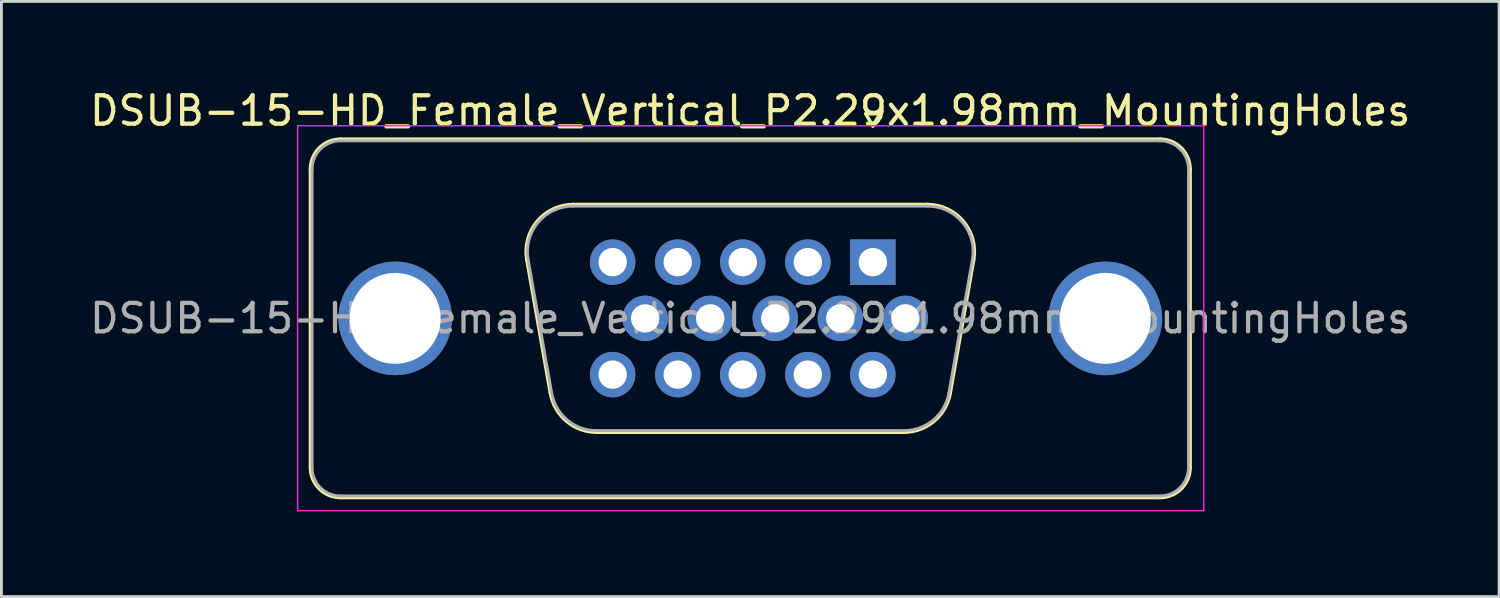
<source format=kicad_pcb>
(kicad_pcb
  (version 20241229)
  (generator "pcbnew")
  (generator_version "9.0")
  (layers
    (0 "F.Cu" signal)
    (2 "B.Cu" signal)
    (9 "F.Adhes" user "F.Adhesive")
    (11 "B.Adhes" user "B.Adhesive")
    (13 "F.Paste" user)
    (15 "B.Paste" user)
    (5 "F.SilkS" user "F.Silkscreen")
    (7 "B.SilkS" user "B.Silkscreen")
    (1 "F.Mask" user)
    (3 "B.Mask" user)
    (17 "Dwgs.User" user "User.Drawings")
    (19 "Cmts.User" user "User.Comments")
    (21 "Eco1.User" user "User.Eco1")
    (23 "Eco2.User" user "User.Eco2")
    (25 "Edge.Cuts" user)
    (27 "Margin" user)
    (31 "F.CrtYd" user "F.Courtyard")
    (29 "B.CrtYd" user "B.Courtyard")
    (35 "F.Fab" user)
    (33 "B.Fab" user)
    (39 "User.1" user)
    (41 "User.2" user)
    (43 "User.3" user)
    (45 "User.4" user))
  (footprint "DSUB-15-HD_Female_Vertical_P2.29x1.98mm_MountingHoles"
    (layer "F.Cu")
    (at 27.678 6.178)
    (property "Reference" "DSUB-15-HD_Female_Vertical_P2.29x1.98mm_MountingHoles" (at -4.315 -5.33 0) (layer "F.SilkS") (effects (font (size 1 1) (thickness 0.15))))
    (attr through_hole)
    (fp_line (start -19.8 7.23) (end -19.8 -3.27) (stroke (width 0.12) (type solid)) (layer "F.SilkS"))
    (fp_line (start -18.74 -4.33) (end 10.11 -4.33) (stroke (width 0.12) (type solid)) (layer "F.SilkS"))
    (fp_line (start -12.181 -0.082) (end -11.353 4.618) (stroke (width 0.12) (type solid)) (layer "F.SilkS"))
    (fp_line (start -10.547 -2.03) (end 1.917 -2.03) (stroke (width 0.12) (type solid)) (layer "F.SilkS"))
    (fp_line (start -9.718 5.99) (end 1.088 5.99) (stroke (width 0.12) (type solid)) (layer "F.SilkS"))
    (fp_line (start -0.25 -5.224) (end 0.25 -5.224) (stroke (width 0.12) (type solid)) (layer "F.SilkS"))
    (fp_line (start 0 -4.791) (end -0.25 -5.224) (stroke (width 0.12) (type solid)) (layer "F.SilkS"))
    (fp_line (start 0.25 -5.224) (end 0 -4.791) (stroke (width 0.12) (type solid)) (layer "F.SilkS"))
    (fp_line (start 3.551 -0.082) (end 2.723 4.618) (stroke (width 0.12) (type solid)) (layer "F.SilkS"))
    (fp_line (start 10.11 8.29) (end -18.74 8.29) (stroke (width 0.12) (type solid)) (layer "F.SilkS"))
    (fp_line (start 11.17 -3.27) (end 11.17 7.23) (stroke (width 0.12) (type solid)) (layer "F.SilkS"))
    (fp_arc (start -19.8 -3.27) (mid -19.489533 -4.019533) (end -18.74 -4.33) (stroke (width 0.12) (type solid)) (layer "F.SilkS"))
    (fp_arc (start -18.74 8.29) (mid -19.489533 7.979533) (end -19.8 7.23) (stroke (width 0.12) (type solid)) (layer "F.SilkS"))
    (fp_arc (start -12.18147 -0.081744) (mid -11.818323 -1.437028) (end -10.546689 -2.03) (stroke (width 0.12) (type solid)) (layer "F.SilkS"))
    (fp_arc (start -9.717952 5.99) (mid -10.784979 5.601634) (end -11.352733 4.618256) (stroke (width 0.12) (type solid)) (layer "F.SilkS"))
    (fp_arc (start 1.916689 -2.03) (mid 3.188323 -1.437027) (end 3.55147 -0.081744) (stroke (width 0.12) (type solid)) (layer "F.SilkS"))
    (fp_arc (start 2.722733 4.618256) (mid 2.15498 5.601634) (end 1.087952 5.99) (stroke (width 0.12) (type solid)) (layer "F.SilkS"))
    (fp_arc (start 10.11 -4.33) (mid 10.859533 -4.019533) (end 11.17 -3.27) (stroke (width 0.12) (type solid)) (layer "F.SilkS"))
    (fp_arc (start 11.17 7.23) (mid 10.859533 7.979533) (end 10.11 8.29) (stroke (width 0.12) (type solid)) (layer "F.SilkS"))
    (fp_line (start -20.25 -4.8) (end -20.25 8.75) (stroke (width 0.05) (type solid)) (layer "F.CrtYd"))
    (fp_line (start -20.25 8.75) (end 11.65 8.75) (stroke (width 0.05) (type solid)) (layer "F.CrtYd"))
    (fp_line (start 11.65 -4.8) (end -20.25 -4.8) (stroke (width 0.05) (type solid)) (layer "F.CrtYd"))
    (fp_line (start 11.65 8.75) (end 11.65 -4.8) (stroke (width 0.05) (type solid)) (layer "F.CrtYd"))
    (fp_line (start -19.74 7.23) (end -19.74 -3.27) (stroke (width 0.1) (type solid)) (layer "F.Fab"))
    (fp_line (start -18.74 -4.27) (end 10.11 -4.27) (stroke (width 0.1) (type solid)) (layer "F.Fab"))
    (fp_line (start -12.134 -0.092) (end -11.305 4.608) (stroke (width 0.1) (type solid)) (layer "F.Fab"))
    (fp_line (start -10.558 -1.97) (end 1.928 -1.97) (stroke (width 0.1) (type solid)) (layer "F.Fab"))
    (fp_line (start -9.729 5.93) (end 1.099 5.93) (stroke (width 0.1) (type solid)) (layer "F.Fab"))
    (fp_line (start 3.504 -0.092) (end 2.675 4.608) (stroke (width 0.1) (type solid)) (layer "F.Fab"))
    (fp_line (start 10.11 8.23) (end -18.74 8.23) (stroke (width 0.1) (type solid)) (layer "F.Fab"))
    (fp_line (start 11.11 -3.27) (end 11.11 7.23) (stroke (width 0.1) (type solid)) (layer "F.Fab"))
    (fp_arc (start -19.74 -3.27) (mid -19.447107 -3.977107) (end -18.74 -4.27) (stroke (width 0.1) (type solid)) (layer "F.Fab"))
    (fp_arc (start -18.74 8.23) (mid -19.447107 7.937107) (end -19.74 7.23) (stroke (width 0.1) (type solid)) (layer "F.Fab"))
    (fp_arc (start -12.133886 -0.092163) (mid -11.783865 -1.39846) (end -10.558194 -1.97) (stroke (width 0.1) (type solid)) (layer "F.Fab"))
    (fp_arc (start -9.729457 5.93) (mid -10.757917 5.555671) (end -11.305149 4.607837) (stroke (width 0.1) (type solid)) (layer "F.Fab"))
    (fp_arc (start 1.928194 -1.97) (mid 3.153865 -1.39846) (end 3.503886 -0.092163) (stroke (width 0.1) (type solid)) (layer "F.Fab"))
    (fp_arc (start 2.675149 4.607837) (mid 2.127917 5.555671) (end 1.099457 5.93) (stroke (width 0.1) (type solid)) (layer "F.Fab"))
    (fp_arc (start 10.11 -4.27) (mid 10.817107 -3.977107) (end 11.11 -3.27) (stroke (width 0.1) (type solid)) (layer "F.Fab"))
    (fp_arc (start 11.11 7.23) (mid 10.817107 7.937107) (end 10.11 8.23) (stroke (width 0.1) (type solid)) (layer "F.Fab"))
    (fp_text user "${REFERENCE}" (at -4.315 1.98 0) (layer "F.Fab") (effects (font (size 1 1) (thickness 0.15))))
    (pad "0" thru_hole circle (at -16.815 1.98) (size 4 4) (drill 3.2) (layers "*.Cu" "*.Mask"))
    (pad "0" thru_hole circle (at 8.185 1.98) (size 4 4) (drill 3.2) (layers "*.Cu" "*.Mask"))
    (pad "1" thru_hole rect (at 0 0) (size 1.6 1.6) (drill 1) (layers "*.Cu" "*.Mask"))
    (pad "2" thru_hole circle (at -2.29 0) (size 1.6 1.6) (drill 1) (layers "*.Cu" "*.Mask"))
    (pad "3" thru_hole circle (at -4.58 0) (size 1.6 1.6) (drill 1) (layers "*.Cu" "*.Mask"))
    (pad "4" thru_hole circle (at -6.87 0) (size 1.6 1.6) (drill 1) (layers "*.Cu" "*.Mask"))
    (pad "5" thru_hole circle (at -9.16 0) (size 1.6 1.6) (drill 1) (layers "*.Cu" "*.Mask"))
    (pad "6" thru_hole circle (at 1.145 1.98) (size 1.6 1.6) (drill 1) (layers "*.Cu" "*.Mask"))
    (pad "7" thru_hole circle (at -1.145 1.98) (size 1.6 1.6) (drill 1) (layers "*.Cu" "*.Mask"))
    (pad "8" thru_hole circle (at -3.435 1.98) (size 1.6 1.6) (drill 1) (layers "*.Cu" "*.Mask"))
    (pad "9" thru_hole circle (at -5.725 1.98) (size 1.6 1.6) (drill 1) (layers "*.Cu" "*.Mask"))
    (pad "10" thru_hole circle (at -8.015 1.98) (size 1.6 1.6) (drill 1) (layers "*.Cu" "*.Mask"))
    (pad "11" thru_hole circle (at 0 3.96) (size 1.6 1.6) (drill 1) (layers "*.Cu" "*.Mask"))
    (pad "12" thru_hole circle (at -2.29 3.96) (size 1.6 1.6) (drill 1) (layers "*.Cu" "*.Mask"))
    (pad "13" thru_hole circle (at -4.58 3.96) (size 1.6 1.6) (drill 1) (layers "*.Cu" "*.Mask"))
    (pad "14" thru_hole circle (at -6.87 3.96) (size 1.6 1.6) (drill 1) (layers "*.Cu" "*.Mask"))
    (pad "15" thru_hole circle (at -9.16 3.96) (size 1.6 1.6) (drill 1) (layers "*.Cu" "*.Mask")))
  (gr_rect
    (start -3 -3)
    (end 49.726 17.953)
    (stroke (width 0.1) (type default))
    (fill no)
    (layer "Edge.Cuts")))
</source>
